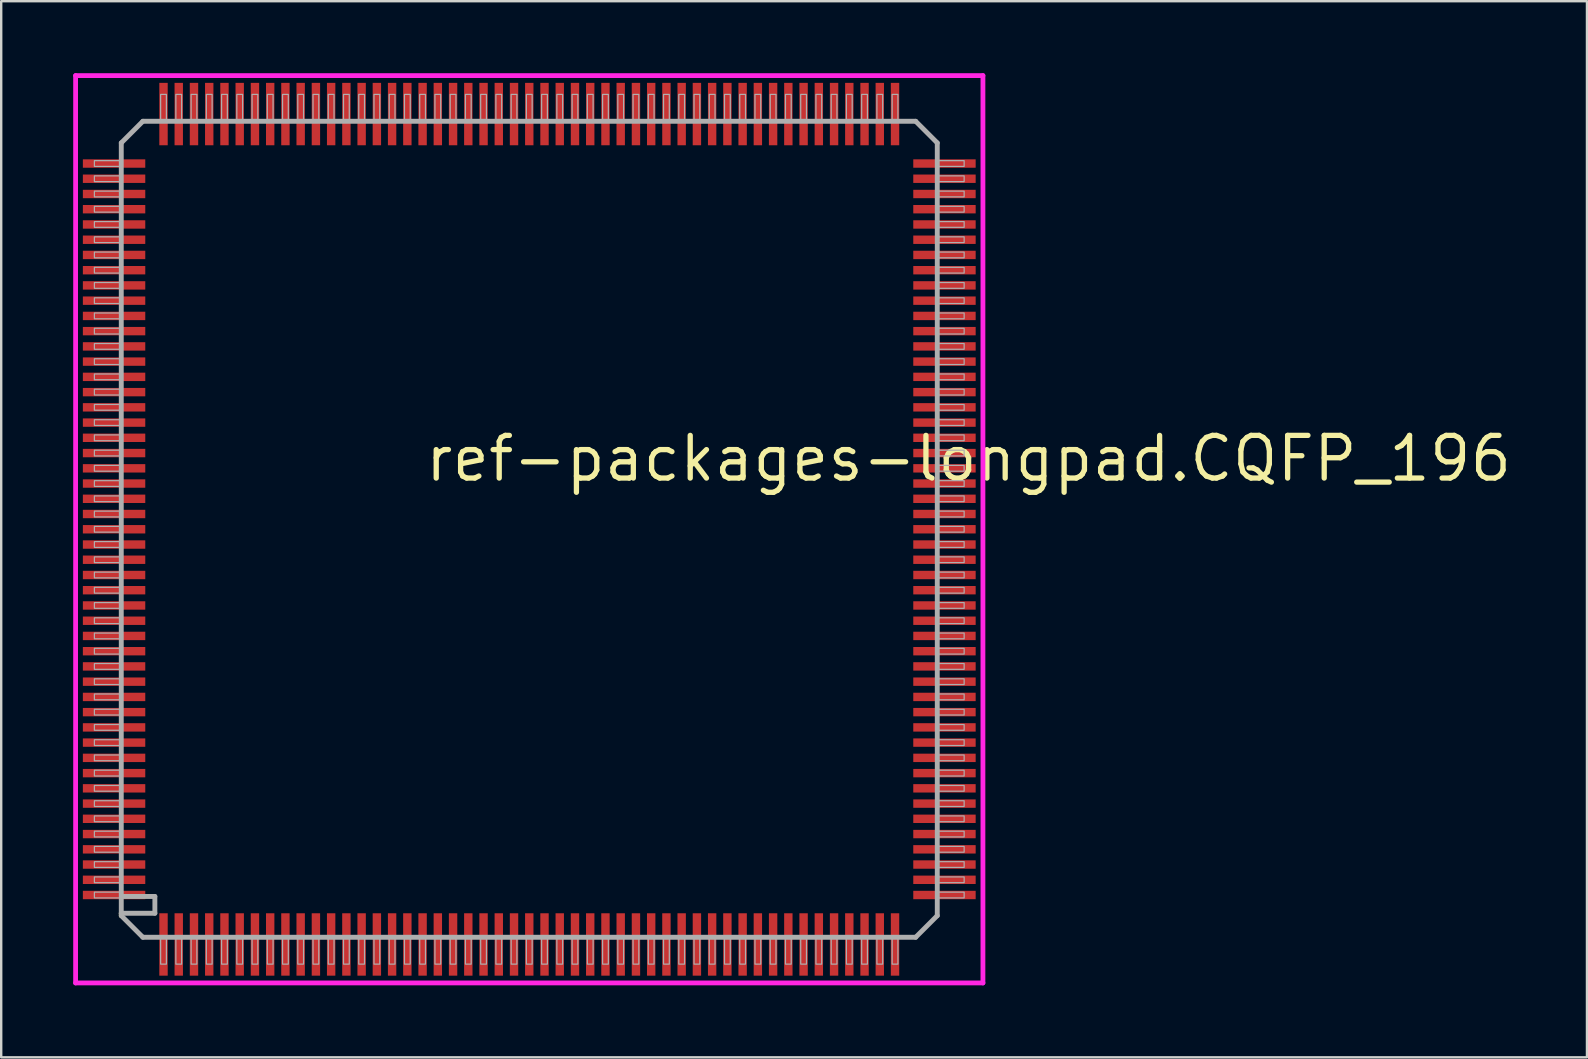
<source format=kicad_pcb>
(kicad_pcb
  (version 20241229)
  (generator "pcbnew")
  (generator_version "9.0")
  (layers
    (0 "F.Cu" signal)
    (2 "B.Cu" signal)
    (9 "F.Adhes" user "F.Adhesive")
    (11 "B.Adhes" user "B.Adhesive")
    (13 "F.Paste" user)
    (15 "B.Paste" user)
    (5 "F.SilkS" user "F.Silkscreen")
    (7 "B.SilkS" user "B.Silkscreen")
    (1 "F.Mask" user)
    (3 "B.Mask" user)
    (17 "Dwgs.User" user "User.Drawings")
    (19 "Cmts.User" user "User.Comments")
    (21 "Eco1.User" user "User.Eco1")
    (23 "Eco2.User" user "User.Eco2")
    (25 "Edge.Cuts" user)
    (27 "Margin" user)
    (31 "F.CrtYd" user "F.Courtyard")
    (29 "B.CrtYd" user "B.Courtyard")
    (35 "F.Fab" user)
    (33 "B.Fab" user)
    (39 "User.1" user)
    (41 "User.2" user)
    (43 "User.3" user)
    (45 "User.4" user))
  (footprint "ref-packages-longpad.CQFP_196"
    (layer "F.Cu")
    (at 19.003 19.003)
    (property "Reference" "ref-packages-longpad.CQFP_196" (at -4.445 -1.905 0) (layer "F.SilkS") (effects (font (size 1.778 1.778) (thickness 0.22)) (justify left bottom)))
    (attr smd)
    (fp_line (start -17 16) (end -17 16.1) (stroke (width 0.203) (type default)) (layer "F.SilkS"))
    (fp_line (start -18.903 -18.903) (end 18.903 -18.903) (stroke (width 0.2) (type default)) (layer "F.CrtYd"))
    (fp_line (start -18.903 18.903) (end -18.903 -18.903) (stroke (width 0.2) (type default)) (layer "F.CrtYd"))
    (fp_line (start 18.903 -18.903) (end 18.903 18.903) (stroke (width 0.2) (type default)) (layer "F.CrtYd"))
    (fp_line (start 18.903 18.903) (end -18.903 18.903) (stroke (width 0.2) (type default)) (layer "F.CrtYd"))
    (fp_line (start -17 -16.1) (end -17 16) (stroke (width 0.203) (type default)) (layer "F.Fab"))
    (fp_line (start -17 -16.1) (end -16.1 -17) (stroke (width 0.203) (type default)) (layer "F.Fab"))
    (fp_line (start -17 16) (end -15.6 16) (stroke (width 0.203) (type default)) (layer "F.Fab"))
    (fp_line (start -17 16.1) (end -16.1 17) (stroke (width 0.203) (type default)) (layer "F.Fab"))
    (fp_line (start -16.1 17) (end 16.1 17) (stroke (width 0.203) (type default)) (layer "F.Fab"))
    (fp_line (start -15.6 15.3) (end -16.9 15.3) (stroke (width 0.203) (type default)) (layer "F.Fab"))
    (fp_line (start -15.6 16) (end -15.6 15.3) (stroke (width 0.203) (type default)) (layer "F.Fab"))
    (fp_line (start 16.1 -17) (end -16.1 -17) (stroke (width 0.203) (type default)) (layer "F.Fab"))
    (fp_line (start 16.1 -17) (end 17 -16.1) (stroke (width 0.203) (type default)) (layer "F.Fab"))
    (fp_line (start 16.1 17) (end 17 16.1) (stroke (width 0.203) (type default)) (layer "F.Fab"))
    (fp_line (start 17 16.1) (end 17 -16.1) (stroke (width 0.203) (type default)) (layer "F.Fab"))
    (fp_rect (start -18.12 -15.12) (end -17 -15.36) (stroke (width 0.05) (type default)) (fill no) (layer "F.Fab"))
    (fp_rect (start -18.12 -14.485) (end -17 -14.725) (stroke (width 0.05) (type default)) (fill no) (layer "F.Fab"))
    (fp_rect (start -18.12 -13.85) (end -17 -14.09) (stroke (width 0.05) (type default)) (fill no) (layer "F.Fab"))
    (fp_rect (start -18.12 -13.215) (end -17 -13.455) (stroke (width 0.05) (type default)) (fill no) (layer "F.Fab"))
    (fp_rect (start -18.12 -12.58) (end -17 -12.82) (stroke (width 0.05) (type default)) (fill no) (layer "F.Fab"))
    (fp_rect (start -18.12 -11.945) (end -17 -12.185) (stroke (width 0.05) (type default)) (fill no) (layer "F.Fab"))
    (fp_rect (start -18.12 -11.31) (end -17 -11.55) (stroke (width 0.05) (type default)) (fill no) (layer "F.Fab"))
    (fp_rect (start -18.12 -10.675) (end -17 -10.915) (stroke (width 0.05) (type default)) (fill no) (layer "F.Fab"))
    (fp_rect (start -18.12 -10.04) (end -17 -10.28) (stroke (width 0.05) (type default)) (fill no) (layer "F.Fab"))
    (fp_rect (start -18.12 -9.405) (end -17 -9.645) (stroke (width 0.05) (type default)) (fill no) (layer "F.Fab"))
    (fp_rect (start -18.12 -8.77) (end -17 -9.01) (stroke (width 0.05) (type default)) (fill no) (layer "F.Fab"))
    (fp_rect (start -18.12 -8.135) (end -17 -8.375) (stroke (width 0.05) (type default)) (fill no) (layer "F.Fab"))
    (fp_rect (start -18.12 -7.5) (end -17 -7.74) (stroke (width 0.05) (type default)) (fill no) (layer "F.Fab"))
    (fp_rect (start -18.12 -6.865) (end -17 -7.105) (stroke (width 0.05) (type default)) (fill no) (layer "F.Fab"))
    (fp_rect (start -18.12 -6.23) (end -17 -6.47) (stroke (width 0.05) (type default)) (fill no) (layer "F.Fab"))
    (fp_rect (start -18.12 -5.595) (end -17 -5.835) (stroke (width 0.05) (type default)) (fill no) (layer "F.Fab"))
    (fp_rect (start -18.12 -4.96) (end -17 -5.2) (stroke (width 0.05) (type default)) (fill no) (layer "F.Fab"))
    (fp_rect (start -18.12 -4.325) (end -17 -4.565) (stroke (width 0.05) (type default)) (fill no) (layer "F.Fab"))
    (fp_rect (start -18.12 -3.69) (end -17 -3.93) (stroke (width 0.05) (type default)) (fill no) (layer "F.Fab"))
    (fp_rect (start -18.12 -3.055) (end -17 -3.295) (stroke (width 0.05) (type default)) (fill no) (layer "F.Fab"))
    (fp_rect (start -18.12 -2.42) (end -17 -2.66) (stroke (width 0.05) (type default)) (fill no) (layer "F.Fab"))
    (fp_rect (start -18.12 -1.785) (end -17 -2.025) (stroke (width 0.05) (type default)) (fill no) (layer "F.Fab"))
    (fp_rect (start -18.12 -1.15) (end -17 -1.39) (stroke (width 0.05) (type default)) (fill no) (layer "F.Fab"))
    (fp_rect (start -18.12 -0.515) (end -17 -0.755) (stroke (width 0.05) (type default)) (fill no) (layer "F.Fab"))
    (fp_rect (start -18.12 0.12) (end -17 -0.12) (stroke (width 0.05) (type default)) (fill no) (layer "F.Fab"))
    (fp_rect (start -18.12 0.755) (end -17 0.515) (stroke (width 0.05) (type default)) (fill no) (layer "F.Fab"))
    (fp_rect (start -18.12 1.39) (end -17 1.15) (stroke (width 0.05) (type default)) (fill no) (layer "F.Fab"))
    (fp_rect (start -18.12 2.025) (end -17 1.785) (stroke (width 0.05) (type default)) (fill no) (layer "F.Fab"))
    (fp_rect (start -18.12 2.66) (end -17 2.42) (stroke (width 0.05) (type default)) (fill no) (layer "F.Fab"))
    (fp_rect (start -18.12 3.295) (end -17 3.055) (stroke (width 0.05) (type default)) (fill no) (layer "F.Fab"))
    (fp_rect (start -18.12 3.93) (end -17 3.69) (stroke (width 0.05) (type default)) (fill no) (layer "F.Fab"))
    (fp_rect (start -18.12 4.565) (end -17 4.325) (stroke (width 0.05) (type default)) (fill no) (layer "F.Fab"))
    (fp_rect (start -18.12 5.2) (end -17 4.96) (stroke (width 0.05) (type default)) (fill no) (layer "F.Fab"))
    (fp_rect (start -18.12 5.835) (end -17 5.595) (stroke (width 0.05) (type default)) (fill no) (layer "F.Fab"))
    (fp_rect (start -18.12 6.47) (end -17 6.23) (stroke (width 0.05) (type default)) (fill no) (layer "F.Fab"))
    (fp_rect (start -18.12 7.105) (end -17 6.865) (stroke (width 0.05) (type default)) (fill no) (layer "F.Fab"))
    (fp_rect (start -18.12 7.74) (end -17 7.5) (stroke (width 0.05) (type default)) (fill no) (layer "F.Fab"))
    (fp_rect (start -18.12 8.375) (end -17 8.135) (stroke (width 0.05) (type default)) (fill no) (layer "F.Fab"))
    (fp_rect (start -18.12 9.01) (end -17 8.77) (stroke (width 0.05) (type default)) (fill no) (layer "F.Fab"))
    (fp_rect (start -18.12 9.645) (end -17 9.405) (stroke (width 0.05) (type default)) (fill no) (layer "F.Fab"))
    (fp_rect (start -18.12 10.28) (end -17 10.04) (stroke (width 0.05) (type default)) (fill no) (layer "F.Fab"))
    (fp_rect (start -18.12 10.915) (end -17 10.675) (stroke (width 0.05) (type default)) (fill no) (layer "F.Fab"))
    (fp_rect (start -18.12 11.55) (end -17 11.31) (stroke (width 0.05) (type default)) (fill no) (layer "F.Fab"))
    (fp_rect (start -18.12 12.185) (end -17 11.945) (stroke (width 0.05) (type default)) (fill no) (layer "F.Fab"))
    (fp_rect (start -18.12 12.82) (end -17 12.58) (stroke (width 0.05) (type default)) (fill no) (layer "F.Fab"))
    (fp_rect (start -18.12 13.455) (end -17 13.215) (stroke (width 0.05) (type default)) (fill no) (layer "F.Fab"))
    (fp_rect (start -18.12 14.09) (end -17 13.85) (stroke (width 0.05) (type default)) (fill no) (layer "F.Fab"))
    (fp_rect (start -18.12 14.725) (end -17 14.485) (stroke (width 0.05) (type default)) (fill no) (layer "F.Fab"))
    (fp_rect (start -18.12 15.36) (end -17 15.12) (stroke (width 0.05) (type default)) (fill no) (layer "F.Fab"))
    (fp_rect (start -15.36 -17) (end -15.12 -18.12) (stroke (width 0.05) (type default)) (fill no) (layer "F.Fab"))
    (fp_rect (start -15.36 18.12) (end -15.12 17) (stroke (width 0.05) (type default)) (fill no) (layer "F.Fab"))
    (fp_rect (start -14.725 -17) (end -14.485 -18.12) (stroke (width 0.05) (type default)) (fill no) (layer "F.Fab"))
    (fp_rect (start -14.725 18.12) (end -14.485 17) (stroke (width 0.05) (type default)) (fill no) (layer "F.Fab"))
    (fp_rect (start -14.09 -17) (end -13.85 -18.12) (stroke (width 0.05) (type default)) (fill no) (layer "F.Fab"))
    (fp_rect (start -14.09 18.12) (end -13.85 17) (stroke (width 0.05) (type default)) (fill no) (layer "F.Fab"))
    (fp_rect (start -13.455 -17) (end -13.215 -18.12) (stroke (width 0.05) (type default)) (fill no) (layer "F.Fab"))
    (fp_rect (start -13.455 18.12) (end -13.215 17) (stroke (width 0.05) (type default)) (fill no) (layer "F.Fab"))
    (fp_rect (start -12.82 -17) (end -12.58 -18.12) (stroke (width 0.05) (type default)) (fill no) (layer "F.Fab"))
    (fp_rect (start -12.82 18.12) (end -12.58 17) (stroke (width 0.05) (type default)) (fill no) (layer "F.Fab"))
    (fp_rect (start -12.185 -17) (end -11.945 -18.12) (stroke (width 0.05) (type default)) (fill no) (layer "F.Fab"))
    (fp_rect (start -12.185 18.12) (end -11.945 17) (stroke (width 0.05) (type default)) (fill no) (layer "F.Fab"))
    (fp_rect (start -11.55 -17) (end -11.31 -18.12) (stroke (width 0.05) (type default)) (fill no) (layer "F.Fab"))
    (fp_rect (start -11.55 18.12) (end -11.31 17) (stroke (width 0.05) (type default)) (fill no) (layer "F.Fab"))
    (fp_rect (start -10.915 -17) (end -10.675 -18.12) (stroke (width 0.05) (type default)) (fill no) (layer "F.Fab"))
    (fp_rect (start -10.915 18.12) (end -10.675 17) (stroke (width 0.05) (type default)) (fill no) (layer "F.Fab"))
    (fp_rect (start -10.28 -17) (end -10.04 -18.12) (stroke (width 0.05) (type default)) (fill no) (layer "F.Fab"))
    (fp_rect (start -10.28 18.12) (end -10.04 17) (stroke (width 0.05) (type default)) (fill no) (layer "F.Fab"))
    (fp_rect (start -9.645 -17) (end -9.405 -18.12) (stroke (width 0.05) (type default)) (fill no) (layer "F.Fab"))
    (fp_rect (start -9.645 18.12) (end -9.405 17) (stroke (width 0.05) (type default)) (fill no) (layer "F.Fab"))
    (fp_rect (start -9.01 -17) (end -8.77 -18.12) (stroke (width 0.05) (type default)) (fill no) (layer "F.Fab"))
    (fp_rect (start -9.01 18.12) (end -8.77 17) (stroke (width 0.05) (type default)) (fill no) (layer "F.Fab"))
    (fp_rect (start -8.375 -17) (end -8.135 -18.12) (stroke (width 0.05) (type default)) (fill no) (layer "F.Fab"))
    (fp_rect (start -8.375 18.12) (end -8.135 17) (stroke (width 0.05) (type default)) (fill no) (layer "F.Fab"))
    (fp_rect (start -7.74 -17) (end -7.5 -18.12) (stroke (width 0.05) (type default)) (fill no) (layer "F.Fab"))
    (fp_rect (start -7.74 18.12) (end -7.5 17) (stroke (width 0.05) (type default)) (fill no) (layer "F.Fab"))
    (fp_rect (start -7.105 -17) (end -6.865 -18.12) (stroke (width 0.05) (type default)) (fill no) (layer "F.Fab"))
    (fp_rect (start -7.105 18.12) (end -6.865 17) (stroke (width 0.05) (type default)) (fill no) (layer "F.Fab"))
    (fp_rect (start -6.47 -17) (end -6.23 -18.12) (stroke (width 0.05) (type default)) (fill no) (layer "F.Fab"))
    (fp_rect (start -6.47 18.12) (end -6.23 17) (stroke (width 0.05) (type default)) (fill no) (layer "F.Fab"))
    (fp_rect (start -5.835 -17) (end -5.595 -18.12) (stroke (width 0.05) (type default)) (fill no) (layer "F.Fab"))
    (fp_rect (start -5.835 18.12) (end -5.595 17) (stroke (width 0.05) (type default)) (fill no) (layer "F.Fab"))
    (fp_rect (start -5.2 -17) (end -4.96 -18.12) (stroke (width 0.05) (type default)) (fill no) (layer "F.Fab"))
    (fp_rect (start -5.2 18.12) (end -4.96 17) (stroke (width 0.05) (type default)) (fill no) (layer "F.Fab"))
    (fp_rect (start -4.565 -17) (end -4.325 -18.12) (stroke (width 0.05) (type default)) (fill no) (layer "F.Fab"))
    (fp_rect (start -4.565 18.12) (end -4.325 17) (stroke (width 0.05) (type default)) (fill no) (layer "F.Fab"))
    (fp_rect (start -3.93 -17) (end -3.69 -18.12) (stroke (width 0.05) (type default)) (fill no) (layer "F.Fab"))
    (fp_rect (start -3.93 18.12) (end -3.69 17) (stroke (width 0.05) (type default)) (fill no) (layer "F.Fab"))
    (fp_rect (start -3.295 -17) (end -3.055 -18.12) (stroke (width 0.05) (type default)) (fill no) (layer "F.Fab"))
    (fp_rect (start -3.295 18.12) (end -3.055 17) (stroke (width 0.05) (type default)) (fill no) (layer "F.Fab"))
    (fp_rect (start -2.66 -17) (end -2.42 -18.12) (stroke (width 0.05) (type default)) (fill no) (layer "F.Fab"))
    (fp_rect (start -2.66 18.12) (end -2.42 17) (stroke (width 0.05) (type default)) (fill no) (layer "F.Fab"))
    (fp_rect (start -2.025 -17) (end -1.785 -18.12) (stroke (width 0.05) (type default)) (fill no) (layer "F.Fab"))
    (fp_rect (start -2.025 18.12) (end -1.785 17) (stroke (width 0.05) (type default)) (fill no) (layer "F.Fab"))
    (fp_rect (start -1.39 -17) (end -1.15 -18.12) (stroke (width 0.05) (type default)) (fill no) (layer "F.Fab"))
    (fp_rect (start -1.39 18.12) (end -1.15 17) (stroke (width 0.05) (type default)) (fill no) (layer "F.Fab"))
    (fp_rect (start -0.755 -17) (end -0.515 -18.12) (stroke (width 0.05) (type default)) (fill no) (layer "F.Fab"))
    (fp_rect (start -0.755 18.12) (end -0.515 17) (stroke (width 0.05) (type default)) (fill no) (layer "F.Fab"))
    (fp_rect (start -0.12 -17) (end 0.12 -18.12) (stroke (width 0.05) (type default)) (fill no) (layer "F.Fab"))
    (fp_rect (start -0.12 18.12) (end 0.12 17) (stroke (width 0.05) (type default)) (fill no) (layer "F.Fab"))
    (fp_rect (start 0.515 -17) (end 0.755 -18.12) (stroke (width 0.05) (type default)) (fill no) (layer "F.Fab"))
    (fp_rect (start 0.515 18.12) (end 0.755 17) (stroke (width 0.05) (type default)) (fill no) (layer "F.Fab"))
    (fp_rect (start 1.15 -17) (end 1.39 -18.12) (stroke (width 0.05) (type default)) (fill no) (layer "F.Fab"))
    (fp_rect (start 1.15 18.12) (end 1.39 17) (stroke (width 0.05) (type default)) (fill no) (layer "F.Fab"))
    (fp_rect (start 1.785 -17) (end 2.025 -18.12) (stroke (width 0.05) (type default)) (fill no) (layer "F.Fab"))
    (fp_rect (start 1.785 18.12) (end 2.025 17) (stroke (width 0.05) (type default)) (fill no) (layer "F.Fab"))
    (fp_rect (start 2.42 -17) (end 2.66 -18.12) (stroke (width 0.05) (type default)) (fill no) (layer "F.Fab"))
    (fp_rect (start 2.42 18.12) (end 2.66 17) (stroke (width 0.05) (type default)) (fill no) (layer "F.Fab"))
    (fp_rect (start 3.055 -17) (end 3.295 -18.12) (stroke (width 0.05) (type default)) (fill no) (layer "F.Fab"))
    (fp_rect (start 3.055 18.12) (end 3.295 17) (stroke (width 0.05) (type default)) (fill no) (layer "F.Fab"))
    (fp_rect (start 3.69 -17) (end 3.93 -18.12) (stroke (width 0.05) (type default)) (fill no) (layer "F.Fab"))
    (fp_rect (start 3.69 18.12) (end 3.93 17) (stroke (width 0.05) (type default)) (fill no) (layer "F.Fab"))
    (fp_rect (start 4.325 -17) (end 4.565 -18.12) (stroke (width 0.05) (type default)) (fill no) (layer "F.Fab"))
    (fp_rect (start 4.325 18.12) (end 4.565 17) (stroke (width 0.05) (type default)) (fill no) (layer "F.Fab"))
    (fp_rect (start 4.96 -17) (end 5.2 -18.12) (stroke (width 0.05) (type default)) (fill no) (layer "F.Fab"))
    (fp_rect (start 4.96 18.12) (end 5.2 17) (stroke (width 0.05) (type default)) (fill no) (layer "F.Fab"))
    (fp_rect (start 5.595 -17) (end 5.835 -18.12) (stroke (width 0.05) (type default)) (fill no) (layer "F.Fab"))
    (fp_rect (start 5.595 18.12) (end 5.835 17) (stroke (width 0.05) (type default)) (fill no) (layer "F.Fab"))
    (fp_rect (start 6.23 -17) (end 6.47 -18.12) (stroke (width 0.05) (type default)) (fill no) (layer "F.Fab"))
    (fp_rect (start 6.23 18.12) (end 6.47 17) (stroke (width 0.05) (type default)) (fill no) (layer "F.Fab"))
    (fp_rect (start 6.865 -17) (end 7.105 -18.12) (stroke (width 0.05) (type default)) (fill no) (layer "F.Fab"))
    (fp_rect (start 6.865 18.12) (end 7.105 17) (stroke (width 0.05) (type default)) (fill no) (layer "F.Fab"))
    (fp_rect (start 7.5 -17) (end 7.74 -18.12) (stroke (width 0.05) (type default)) (fill no) (layer "F.Fab"))
    (fp_rect (start 7.5 18.12) (end 7.74 17) (stroke (width 0.05) (type default)) (fill no) (layer "F.Fab"))
    (fp_rect (start 8.135 -17) (end 8.375 -18.12) (stroke (width 0.05) (type default)) (fill no) (layer "F.Fab"))
    (fp_rect (start 8.135 18.12) (end 8.375 17) (stroke (width 0.05) (type default)) (fill no) (layer "F.Fab"))
    (fp_rect (start 8.77 -17) (end 9.01 -18.12) (stroke (width 0.05) (type default)) (fill no) (layer "F.Fab"))
    (fp_rect (start 8.77 18.12) (end 9.01 17) (stroke (width 0.05) (type default)) (fill no) (layer "F.Fab"))
    (fp_rect (start 9.405 -17) (end 9.645 -18.12) (stroke (width 0.05) (type default)) (fill no) (layer "F.Fab"))
    (fp_rect (start 9.405 18.12) (end 9.645 17) (stroke (width 0.05) (type default)) (fill no) (layer "F.Fab"))
    (fp_rect (start 10.04 -17) (end 10.28 -18.12) (stroke (width 0.05) (type default)) (fill no) (layer "F.Fab"))
    (fp_rect (start 10.04 18.12) (end 10.28 17) (stroke (width 0.05) (type default)) (fill no) (layer "F.Fab"))
    (fp_rect (start 10.675 -17) (end 10.915 -18.12) (stroke (width 0.05) (type default)) (fill no) (layer "F.Fab"))
    (fp_rect (start 10.675 18.12) (end 10.915 17) (stroke (width 0.05) (type default)) (fill no) (layer "F.Fab"))
    (fp_rect (start 11.31 -17) (end 11.55 -18.12) (stroke (width 0.05) (type default)) (fill no) (layer "F.Fab"))
    (fp_rect (start 11.31 18.12) (end 11.55 17) (stroke (width 0.05) (type default)) (fill no) (layer "F.Fab"))
    (fp_rect (start 11.945 -17) (end 12.185 -18.12) (stroke (width 0.05) (type default)) (fill no) (layer "F.Fab"))
    (fp_rect (start 11.945 18.12) (end 12.185 17) (stroke (width 0.05) (type default)) (fill no) (layer "F.Fab"))
    (fp_rect (start 12.58 -17) (end 12.82 -18.12) (stroke (width 0.05) (type default)) (fill no) (layer "F.Fab"))
    (fp_rect (start 12.58 18.12) (end 12.82 17) (stroke (width 0.05) (type default)) (fill no) (layer "F.Fab"))
    (fp_rect (start 13.215 -17) (end 13.455 -18.12) (stroke (width 0.05) (type default)) (fill no) (layer "F.Fab"))
    (fp_rect (start 13.215 18.12) (end 13.455 17) (stroke (width 0.05) (type default)) (fill no) (layer "F.Fab"))
    (fp_rect (start 13.85 -17) (end 14.09 -18.12) (stroke (width 0.05) (type default)) (fill no) (layer "F.Fab"))
    (fp_rect (start 13.85 18.12) (end 14.09 17) (stroke (width 0.05) (type default)) (fill no) (layer "F.Fab"))
    (fp_rect (start 14.485 -17) (end 14.725 -18.12) (stroke (width 0.05) (type default)) (fill no) (layer "F.Fab"))
    (fp_rect (start 14.485 18.12) (end 14.725 17) (stroke (width 0.05) (type default)) (fill no) (layer "F.Fab"))
    (fp_rect (start 15.12 -17) (end 15.36 -18.12) (stroke (width 0.05) (type default)) (fill no) (layer "F.Fab"))
    (fp_rect (start 15.12 18.12) (end 15.36 17) (stroke (width 0.05) (type default)) (fill no) (layer "F.Fab"))
    (fp_rect (start 17 -15.12) (end 18.12 -15.36) (stroke (width 0.05) (type default)) (fill no) (layer "F.Fab"))
    (fp_rect (start 17 -14.485) (end 18.12 -14.725) (stroke (width 0.05) (type default)) (fill no) (layer "F.Fab"))
    (fp_rect (start 17 -13.85) (end 18.12 -14.09) (stroke (width 0.05) (type default)) (fill no) (layer "F.Fab"))
    (fp_rect (start 17 -13.215) (end 18.12 -13.455) (stroke (width 0.05) (type default)) (fill no) (layer "F.Fab"))
    (fp_rect (start 17 -12.58) (end 18.12 -12.82) (stroke (width 0.05) (type default)) (fill no) (layer "F.Fab"))
    (fp_rect (start 17 -11.945) (end 18.12 -12.185) (stroke (width 0.05) (type default)) (fill no) (layer "F.Fab"))
    (fp_rect (start 17 -11.31) (end 18.12 -11.55) (stroke (width 0.05) (type default)) (fill no) (layer "F.Fab"))
    (fp_rect (start 17 -10.675) (end 18.12 -10.915) (stroke (width 0.05) (type default)) (fill no) (layer "F.Fab"))
    (fp_rect (start 17 -10.04) (end 18.12 -10.28) (stroke (width 0.05) (type default)) (fill no) (layer "F.Fab"))
    (fp_rect (start 17 -9.405) (end 18.12 -9.645) (stroke (width 0.05) (type default)) (fill no) (layer "F.Fab"))
    (fp_rect (start 17 -8.77) (end 18.12 -9.01) (stroke (width 0.05) (type default)) (fill no) (layer "F.Fab"))
    (fp_rect (start 17 -8.135) (end 18.12 -8.375) (stroke (width 0.05) (type default)) (fill no) (layer "F.Fab"))
    (fp_rect (start 17 -7.5) (end 18.12 -7.74) (stroke (width 0.05) (type default)) (fill no) (layer "F.Fab"))
    (fp_rect (start 17 -6.865) (end 18.12 -7.105) (stroke (width 0.05) (type default)) (fill no) (layer "F.Fab"))
    (fp_rect (start 17 -6.23) (end 18.12 -6.47) (stroke (width 0.05) (type default)) (fill no) (layer "F.Fab"))
    (fp_rect (start 17 -5.595) (end 18.12 -5.835) (stroke (width 0.05) (type default)) (fill no) (layer "F.Fab"))
    (fp_rect (start 17 -4.96) (end 18.12 -5.2) (stroke (width 0.05) (type default)) (fill no) (layer "F.Fab"))
    (fp_rect (start 17 -4.325) (end 18.12 -4.565) (stroke (width 0.05) (type default)) (fill no) (layer "F.Fab"))
    (fp_rect (start 17 -3.69) (end 18.12 -3.93) (stroke (width 0.05) (type default)) (fill no) (layer "F.Fab"))
    (fp_rect (start 17 -3.055) (end 18.12 -3.295) (stroke (width 0.05) (type default)) (fill no) (layer "F.Fab"))
    (fp_rect (start 17 -2.42) (end 18.12 -2.66) (stroke (width 0.05) (type default)) (fill no) (layer "F.Fab"))
    (fp_rect (start 17 -1.785) (end 18.12 -2.025) (stroke (width 0.05) (type default)) (fill no) (layer "F.Fab"))
    (fp_rect (start 17 -1.15) (end 18.12 -1.39) (stroke (width 0.05) (type default)) (fill no) (layer "F.Fab"))
    (fp_rect (start 17 -0.515) (end 18.12 -0.755) (stroke (width 0.05) (type default)) (fill no) (layer "F.Fab"))
    (fp_rect (start 17 0.12) (end 18.12 -0.12) (stroke (width 0.05) (type default)) (fill no) (layer "F.Fab"))
    (fp_rect (start 17 0.755) (end 18.12 0.515) (stroke (width 0.05) (type default)) (fill no) (layer "F.Fab"))
    (fp_rect (start 17 1.39) (end 18.12 1.15) (stroke (width 0.05) (type default)) (fill no) (layer "F.Fab"))
    (fp_rect (start 17 2.025) (end 18.12 1.785) (stroke (width 0.05) (type default)) (fill no) (layer "F.Fab"))
    (fp_rect (start 17 2.66) (end 18.12 2.42) (stroke (width 0.05) (type default)) (fill no) (layer "F.Fab"))
    (fp_rect (start 17 3.295) (end 18.12 3.055) (stroke (width 0.05) (type default)) (fill no) (layer "F.Fab"))
    (fp_rect (start 17 3.93) (end 18.12 3.69) (stroke (width 0.05) (type default)) (fill no) (layer "F.Fab"))
    (fp_rect (start 17 4.565) (end 18.12 4.325) (stroke (width 0.05) (type default)) (fill no) (layer "F.Fab"))
    (fp_rect (start 17 5.2) (end 18.12 4.96) (stroke (width 0.05) (type default)) (fill no) (layer "F.Fab"))
    (fp_rect (start 17 5.835) (end 18.12 5.595) (stroke (width 0.05) (type default)) (fill no) (layer "F.Fab"))
    (fp_rect (start 17 6.47) (end 18.12 6.23) (stroke (width 0.05) (type default)) (fill no) (layer "F.Fab"))
    (fp_rect (start 17 7.105) (end 18.12 6.865) (stroke (width 0.05) (type default)) (fill no) (layer "F.Fab"))
    (fp_rect (start 17 7.74) (end 18.12 7.5) (stroke (width 0.05) (type default)) (fill no) (layer "F.Fab"))
    (fp_rect (start 17 8.375) (end 18.12 8.135) (stroke (width 0.05) (type default)) (fill no) (layer "F.Fab"))
    (fp_rect (start 17 9.01) (end 18.12 8.77) (stroke (width 0.05) (type default)) (fill no) (layer "F.Fab"))
    (fp_rect (start 17 9.645) (end 18.12 9.405) (stroke (width 0.05) (type default)) (fill no) (layer "F.Fab"))
    (fp_rect (start 17 10.28) (end 18.12 10.04) (stroke (width 0.05) (type default)) (fill no) (layer "F.Fab"))
    (fp_rect (start 17 10.915) (end 18.12 10.675) (stroke (width 0.05) (type default)) (fill no) (layer "F.Fab"))
    (fp_rect (start 17 11.55) (end 18.12 11.31) (stroke (width 0.05) (type default)) (fill no) (layer "F.Fab"))
    (fp_rect (start 17 12.185) (end 18.12 11.945) (stroke (width 0.05) (type default)) (fill no) (layer "F.Fab"))
    (fp_rect (start 17 12.82) (end 18.12 12.58) (stroke (width 0.05) (type default)) (fill no) (layer "F.Fab"))
    (fp_rect (start 17 13.455) (end 18.12 13.215) (stroke (width 0.05) (type default)) (fill no) (layer "F.Fab"))
    (fp_rect (start 17 14.09) (end 18.12 13.85) (stroke (width 0.05) (type default)) (fill no) (layer "F.Fab"))
    (fp_rect (start 17 14.725) (end 18.12 14.485) (stroke (width 0.05) (type default)) (fill no) (layer "F.Fab"))
    (fp_rect (start 17 15.36) (end 18.12 15.12) (stroke (width 0.05) (type default)) (fill no) (layer "F.Fab"))
    (pad "1" smd roundrect (at -15.24 17.3) (size 0.35 2.6) (layers "F.Cu" "F.Mask" "F.Paste") (roundrect_rratio 0.01))
    (pad "2" smd roundrect (at -14.605 17.3) (size 0.35 2.6) (layers "F.Cu" "F.Mask" "F.Paste") (roundrect_rratio 0.01))
    (pad "3" smd roundrect (at -13.97 17.3) (size 0.35 2.6) (layers "F.Cu" "F.Mask" "F.Paste") (roundrect_rratio 0.01))
    (pad "4" smd roundrect (at -13.335 17.3) (size 0.35 2.6) (layers "F.Cu" "F.Mask" "F.Paste") (roundrect_rratio 0.01))
    (pad "5" smd roundrect (at -12.7 17.3) (size 0.35 2.6) (layers "F.Cu" "F.Mask" "F.Paste") (roundrect_rratio 0.01))
    (pad "6" smd roundrect (at -12.065 17.3) (size 0.35 2.6) (layers "F.Cu" "F.Mask" "F.Paste") (roundrect_rratio 0.01))
    (pad "7" smd roundrect (at -11.43 17.3) (size 0.35 2.6) (layers "F.Cu" "F.Mask" "F.Paste") (roundrect_rratio 0.01))
    (pad "8" smd roundrect (at -10.795 17.3) (size 0.35 2.6) (layers "F.Cu" "F.Mask" "F.Paste") (roundrect_rratio 0.01))
    (pad "9" smd roundrect (at -10.16 17.3) (size 0.35 2.6) (layers "F.Cu" "F.Mask" "F.Paste") (roundrect_rratio 0.01))
    (pad "10" smd roundrect (at -9.525 17.3) (size 0.35 2.6) (layers "F.Cu" "F.Mask" "F.Paste") (roundrect_rratio 0.01))
    (pad "11" smd roundrect (at -8.89 17.3) (size 0.35 2.6) (layers "F.Cu" "F.Mask" "F.Paste") (roundrect_rratio 0.01))
    (pad "12" smd roundrect (at -8.255 17.3) (size 0.35 2.6) (layers "F.Cu" "F.Mask" "F.Paste") (roundrect_rratio 0.01))
    (pad "13" smd roundrect (at -7.62 17.3) (size 0.35 2.6) (layers "F.Cu" "F.Mask" "F.Paste") (roundrect_rratio 0.01))
    (pad "14" smd roundrect (at -6.985 17.3) (size 0.35 2.6) (layers "F.Cu" "F.Mask" "F.Paste") (roundrect_rratio 0.01))
    (pad "15" smd roundrect (at -6.35 17.3) (size 0.35 2.6) (layers "F.Cu" "F.Mask" "F.Paste") (roundrect_rratio 0.01))
    (pad "16" smd roundrect (at -5.715 17.3) (size 0.35 2.6) (layers "F.Cu" "F.Mask" "F.Paste") (roundrect_rratio 0.01))
    (pad "17" smd roundrect (at -5.08 17.3) (size 0.35 2.6) (layers "F.Cu" "F.Mask" "F.Paste") (roundrect_rratio 0.01))
    (pad "18" smd roundrect (at -4.445 17.3) (size 0.35 2.6) (layers "F.Cu" "F.Mask" "F.Paste") (roundrect_rratio 0.01))
    (pad "19" smd roundrect (at -3.81 17.3) (size 0.35 2.6) (layers "F.Cu" "F.Mask" "F.Paste") (roundrect_rratio 0.01))
    (pad "20" smd roundrect (at -3.175 17.3) (size 0.35 2.6) (layers "F.Cu" "F.Mask" "F.Paste") (roundrect_rratio 0.01))
    (pad "21" smd roundrect (at -2.54 17.3) (size 0.35 2.6) (layers "F.Cu" "F.Mask" "F.Paste") (roundrect_rratio 0.01))
    (pad "22" smd roundrect (at -1.905 17.3) (size 0.35 2.6) (layers "F.Cu" "F.Mask" "F.Paste") (roundrect_rratio 0.01))
    (pad "23" smd roundrect (at -1.27 17.3) (size 0.35 2.6) (layers "F.Cu" "F.Mask" "F.Paste") (roundrect_rratio 0.01))
    (pad "24" smd roundrect (at -0.635 17.3) (size 0.35 2.6) (layers "F.Cu" "F.Mask" "F.Paste") (roundrect_rratio 0.01))
    (pad "25" smd roundrect (at 0 17.3) (size 0.35 2.6) (layers "F.Cu" "F.Mask" "F.Paste") (roundrect_rratio 0.01))
    (pad "26" smd roundrect (at 0.635 17.3) (size 0.35 2.6) (layers "F.Cu" "F.Mask" "F.Paste") (roundrect_rratio 0.01))
    (pad "27" smd roundrect (at 1.27 17.3) (size 0.35 2.6) (layers "F.Cu" "F.Mask" "F.Paste") (roundrect_rratio 0.01))
    (pad "28" smd roundrect (at 1.905 17.3) (size 0.35 2.6) (layers "F.Cu" "F.Mask" "F.Paste") (roundrect_rratio 0.01))
    (pad "29" smd roundrect (at 2.54 17.3) (size 0.35 2.6) (layers "F.Cu" "F.Mask" "F.Paste") (roundrect_rratio 0.01))
    (pad "30" smd roundrect (at 3.175 17.3) (size 0.35 2.6) (layers "F.Cu" "F.Mask" "F.Paste") (roundrect_rratio 0.01))
    (pad "31" smd roundrect (at 3.81 17.3) (size 0.35 2.6) (layers "F.Cu" "F.Mask" "F.Paste") (roundrect_rratio 0.01))
    (pad "32" smd roundrect (at 4.445 17.3) (size 0.35 2.6) (layers "F.Cu" "F.Mask" "F.Paste") (roundrect_rratio 0.01))
    (pad "33" smd roundrect (at 5.08 17.3) (size 0.35 2.6) (layers "F.Cu" "F.Mask" "F.Paste") (roundrect_rratio 0.01))
    (pad "34" smd roundrect (at 5.715 17.3) (size 0.35 2.6) (layers "F.Cu" "F.Mask" "F.Paste") (roundrect_rratio 0.01))
    (pad "35" smd roundrect (at 6.35 17.3) (size 0.35 2.6) (layers "F.Cu" "F.Mask" "F.Paste") (roundrect_rratio 0.01))
    (pad "36" smd roundrect (at 6.985 17.3) (size 0.35 2.6) (layers "F.Cu" "F.Mask" "F.Paste") (roundrect_rratio 0.01))
    (pad "37" smd roundrect (at 7.62 17.3) (size 0.35 2.6) (layers "F.Cu" "F.Mask" "F.Paste") (roundrect_rratio 0.01))
    (pad "38" smd roundrect (at 8.255 17.3) (size 0.35 2.6) (layers "F.Cu" "F.Mask" "F.Paste") (roundrect_rratio 0.01))
    (pad "39" smd roundrect (at 8.89 17.3) (size 0.35 2.6) (layers "F.Cu" "F.Mask" "F.Paste") (roundrect_rratio 0.01))
    (pad "40" smd roundrect (at 9.525 17.3) (size 0.35 2.6) (layers "F.Cu" "F.Mask" "F.Paste") (roundrect_rratio 0.01))
    (pad "41" smd roundrect (at 10.16 17.3) (size 0.35 2.6) (layers "F.Cu" "F.Mask" "F.Paste") (roundrect_rratio 0.01))
    (pad "42" smd roundrect (at 10.795 17.3) (size 0.35 2.6) (layers "F.Cu" "F.Mask" "F.Paste") (roundrect_rratio 0.01))
    (pad "43" smd roundrect (at 11.43 17.3) (size 0.35 2.6) (layers "F.Cu" "F.Mask" "F.Paste") (roundrect_rratio 0.01))
    (pad "44" smd roundrect (at 12.065 17.3) (size 0.35 2.6) (layers "F.Cu" "F.Mask" "F.Paste") (roundrect_rratio 0.01))
    (pad "45" smd roundrect (at 12.7 17.3) (size 0.35 2.6) (layers "F.Cu" "F.Mask" "F.Paste") (roundrect_rratio 0.01))
    (pad "46" smd roundrect (at 13.335 17.3) (size 0.35 2.6) (layers "F.Cu" "F.Mask" "F.Paste") (roundrect_rratio 0.01))
    (pad "47" smd roundrect (at 13.97 17.3) (size 0.35 2.6) (layers "F.Cu" "F.Mask" "F.Paste") (roundrect_rratio 0.01))
    (pad "48" smd roundrect (at 14.605 17.3) (size 0.35 2.6) (layers "F.Cu" "F.Mask" "F.Paste") (roundrect_rratio 0.01))
    (pad "49" smd roundrect (at 15.24 17.3) (size 0.35 2.6) (layers "F.Cu" "F.Mask" "F.Paste") (roundrect_rratio 0.01))
    (pad "50" smd roundrect (at 17.3 15.24) (size 2.6 0.35) (layers "F.Cu" "F.Mask" "F.Paste") (roundrect_rratio 0.01))
    (pad "51" smd roundrect (at 17.3 14.605) (size 2.6 0.35) (layers "F.Cu" "F.Mask" "F.Paste") (roundrect_rratio 0.01))
    (pad "52" smd roundrect (at 17.3 13.97) (size 2.6 0.35) (layers "F.Cu" "F.Mask" "F.Paste") (roundrect_rratio 0.01))
    (pad "53" smd roundrect (at 17.3 13.335) (size 2.6 0.35) (layers "F.Cu" "F.Mask" "F.Paste") (roundrect_rratio 0.01))
    (pad "54" smd roundrect (at 17.3 12.7) (size 2.6 0.35) (layers "F.Cu" "F.Mask" "F.Paste") (roundrect_rratio 0.01))
    (pad "55" smd roundrect (at 17.3 12.065) (size 2.6 0.35) (layers "F.Cu" "F.Mask" "F.Paste") (roundrect_rratio 0.01))
    (pad "56" smd roundrect (at 17.3 11.43) (size 2.6 0.35) (layers "F.Cu" "F.Mask" "F.Paste") (roundrect_rratio 0.01))
    (pad "57" smd roundrect (at 17.3 10.795) (size 2.6 0.35) (layers "F.Cu" "F.Mask" "F.Paste") (roundrect_rratio 0.01))
    (pad "58" smd roundrect (at 17.3 10.16) (size 2.6 0.35) (layers "F.Cu" "F.Mask" "F.Paste") (roundrect_rratio 0.01))
    (pad "59" smd roundrect (at 17.3 9.525) (size 2.6 0.35) (layers "F.Cu" "F.Mask" "F.Paste") (roundrect_rratio 0.01))
    (pad "60" smd roundrect (at 17.3 8.89) (size 2.6 0.35) (layers "F.Cu" "F.Mask" "F.Paste") (roundrect_rratio 0.01))
    (pad "61" smd roundrect (at 17.3 8.255) (size 2.6 0.35) (layers "F.Cu" "F.Mask" "F.Paste") (roundrect_rratio 0.01))
    (pad "62" smd roundrect (at 17.3 7.62) (size 2.6 0.35) (layers "F.Cu" "F.Mask" "F.Paste") (roundrect_rratio 0.01))
    (pad "63" smd roundrect (at 17.3 6.985) (size 2.6 0.35) (layers "F.Cu" "F.Mask" "F.Paste") (roundrect_rratio 0.01))
    (pad "64" smd roundrect (at 17.3 6.35) (size 2.6 0.35) (layers "F.Cu" "F.Mask" "F.Paste") (roundrect_rratio 0.01))
    (pad "65" smd roundrect (at 17.3 5.715) (size 2.6 0.35) (layers "F.Cu" "F.Mask" "F.Paste") (roundrect_rratio 0.01))
    (pad "66" smd roundrect (at 17.3 5.08) (size 2.6 0.35) (layers "F.Cu" "F.Mask" "F.Paste") (roundrect_rratio 0.01))
    (pad "67" smd roundrect (at 17.3 4.445) (size 2.6 0.35) (layers "F.Cu" "F.Mask" "F.Paste") (roundrect_rratio 0.01))
    (pad "68" smd roundrect (at 17.3 3.81) (size 2.6 0.35) (layers "F.Cu" "F.Mask" "F.Paste") (roundrect_rratio 0.01))
    (pad "69" smd roundrect (at 17.3 3.175) (size 2.6 0.35) (layers "F.Cu" "F.Mask" "F.Paste") (roundrect_rratio 0.01))
    (pad "70" smd roundrect (at 17.3 2.54) (size 2.6 0.35) (layers "F.Cu" "F.Mask" "F.Paste") (roundrect_rratio 0.01))
    (pad "71" smd roundrect (at 17.3 1.905) (size 2.6 0.35) (layers "F.Cu" "F.Mask" "F.Paste") (roundrect_rratio 0.01))
    (pad "72" smd roundrect (at 17.3 1.27) (size 2.6 0.35) (layers "F.Cu" "F.Mask" "F.Paste") (roundrect_rratio 0.01))
    (pad "73" smd roundrect (at 17.3 0.635) (size 2.6 0.35) (layers "F.Cu" "F.Mask" "F.Paste") (roundrect_rratio 0.01))
    (pad "74" smd roundrect (at 17.3 0) (size 2.6 0.35) (layers "F.Cu" "F.Mask" "F.Paste") (roundrect_rratio 0.01))
    (pad "75" smd roundrect (at 17.3 -0.635) (size 2.6 0.35) (layers "F.Cu" "F.Mask" "F.Paste") (roundrect_rratio 0.01))
    (pad "76" smd roundrect (at 17.3 -1.27) (size 2.6 0.35) (layers "F.Cu" "F.Mask" "F.Paste") (roundrect_rratio 0.01))
    (pad "77" smd roundrect (at 17.3 -1.905) (size 2.6 0.35) (layers "F.Cu" "F.Mask" "F.Paste") (roundrect_rratio 0.01))
    (pad "78" smd roundrect (at 17.3 -2.54) (size 2.6 0.35) (layers "F.Cu" "F.Mask" "F.Paste") (roundrect_rratio 0.01))
    (pad "79" smd roundrect (at 17.3 -3.175) (size 2.6 0.35) (layers "F.Cu" "F.Mask" "F.Paste") (roundrect_rratio 0.01))
    (pad "80" smd roundrect (at 17.3 -3.81) (size 2.6 0.35) (layers "F.Cu" "F.Mask" "F.Paste") (roundrect_rratio 0.01))
    (pad "81" smd roundrect (at 17.3 -4.445) (size 2.6 0.35) (layers "F.Cu" "F.Mask" "F.Paste") (roundrect_rratio 0.01))
    (pad "82" smd roundrect (at 17.3 -5.08) (size 2.6 0.35) (layers "F.Cu" "F.Mask" "F.Paste") (roundrect_rratio 0.01))
    (pad "83" smd roundrect (at 17.3 -5.715) (size 2.6 0.35) (layers "F.Cu" "F.Mask" "F.Paste") (roundrect_rratio 0.01))
    (pad "84" smd roundrect (at 17.3 -6.35) (size 2.6 0.35) (layers "F.Cu" "F.Mask" "F.Paste") (roundrect_rratio 0.01))
    (pad "85" smd roundrect (at 17.3 -6.985) (size 2.6 0.35) (layers "F.Cu" "F.Mask" "F.Paste") (roundrect_rratio 0.01))
    (pad "86" smd roundrect (at 17.3 -7.62) (size 2.6 0.35) (layers "F.Cu" "F.Mask" "F.Paste") (roundrect_rratio 0.01))
    (pad "87" smd roundrect (at 17.3 -8.255) (size 2.6 0.35) (layers "F.Cu" "F.Mask" "F.Paste") (roundrect_rratio 0.01))
    (pad "88" smd roundrect (at 17.3 -8.89) (size 2.6 0.35) (layers "F.Cu" "F.Mask" "F.Paste") (roundrect_rratio 0.01))
    (pad "89" smd roundrect (at 17.3 -9.525) (size 2.6 0.35) (layers "F.Cu" "F.Mask" "F.Paste") (roundrect_rratio 0.01))
    (pad "90" smd roundrect (at 17.3 -10.16) (size 2.6 0.35) (layers "F.Cu" "F.Mask" "F.Paste") (roundrect_rratio 0.01))
    (pad "91" smd roundrect (at 17.3 -10.795) (size 2.6 0.35) (layers "F.Cu" "F.Mask" "F.Paste") (roundrect_rratio 0.01))
    (pad "92" smd roundrect (at 17.3 -11.43) (size 2.6 0.35) (layers "F.Cu" "F.Mask" "F.Paste") (roundrect_rratio 0.01))
    (pad "93" smd roundrect (at 17.3 -12.065) (size 2.6 0.35) (layers "F.Cu" "F.Mask" "F.Paste") (roundrect_rratio 0.01))
    (pad "94" smd roundrect (at 17.3 -12.7) (size 2.6 0.35) (layers "F.Cu" "F.Mask" "F.Paste") (roundrect_rratio 0.01))
    (pad "95" smd roundrect (at 17.3 -13.335) (size 2.6 0.35) (layers "F.Cu" "F.Mask" "F.Paste") (roundrect_rratio 0.01))
    (pad "96" smd roundrect (at 17.3 -13.97) (size 2.6 0.35) (layers "F.Cu" "F.Mask" "F.Paste") (roundrect_rratio 0.01))
    (pad "97" smd roundrect (at 17.3 -14.605) (size 2.6 0.35) (layers "F.Cu" "F.Mask" "F.Paste") (roundrect_rratio 0.01))
    (pad "98" smd roundrect (at 17.3 -15.24) (size 2.6 0.35) (layers "F.Cu" "F.Mask" "F.Paste") (roundrect_rratio 0.01))
    (pad "99" smd roundrect (at 15.24 -17.3) (size 0.35 2.6) (layers "F.Cu" "F.Mask" "F.Paste") (roundrect_rratio 0.01))
    (pad "100" smd roundrect (at 14.605 -17.3) (size 0.35 2.6) (layers "F.Cu" "F.Mask" "F.Paste") (roundrect_rratio 0.01))
    (pad "101" smd roundrect (at 13.97 -17.3) (size 0.35 2.6) (layers "F.Cu" "F.Mask" "F.Paste") (roundrect_rratio 0.01))
    (pad "102" smd roundrect (at 13.335 -17.3) (size 0.35 2.6) (layers "F.Cu" "F.Mask" "F.Paste") (roundrect_rratio 0.01))
    (pad "103" smd roundrect (at 12.7 -17.3) (size 0.35 2.6) (layers "F.Cu" "F.Mask" "F.Paste") (roundrect_rratio 0.01))
    (pad "104" smd roundrect (at 12.065 -17.3) (size 0.35 2.6) (layers "F.Cu" "F.Mask" "F.Paste") (roundrect_rratio 0.01))
    (pad "105" smd roundrect (at 11.43 -17.3) (size 0.35 2.6) (layers "F.Cu" "F.Mask" "F.Paste") (roundrect_rratio 0.01))
    (pad "106" smd roundrect (at 10.795 -17.3) (size 0.35 2.6) (layers "F.Cu" "F.Mask" "F.Paste") (roundrect_rratio 0.01))
    (pad "107" smd roundrect (at 10.16 -17.3) (size 0.35 2.6) (layers "F.Cu" "F.Mask" "F.Paste") (roundrect_rratio 0.01))
    (pad "108" smd roundrect (at 9.525 -17.3) (size 0.35 2.6) (layers "F.Cu" "F.Mask" "F.Paste") (roundrect_rratio 0.01))
    (pad "109" smd roundrect (at 8.89 -17.3) (size 0.35 2.6) (layers "F.Cu" "F.Mask" "F.Paste") (roundrect_rratio 0.01))
    (pad "110" smd roundrect (at 8.255 -17.3) (size 0.35 2.6) (layers "F.Cu" "F.Mask" "F.Paste") (roundrect_rratio 0.01))
    (pad "111" smd roundrect (at 7.62 -17.3) (size 0.35 2.6) (layers "F.Cu" "F.Mask" "F.Paste") (roundrect_rratio 0.01))
    (pad "112" smd roundrect (at 6.985 -17.3) (size 0.35 2.6) (layers "F.Cu" "F.Mask" "F.Paste") (roundrect_rratio 0.01))
    (pad "113" smd roundrect (at 6.35 -17.3) (size 0.35 2.6) (layers "F.Cu" "F.Mask" "F.Paste") (roundrect_rratio 0.01))
    (pad "114" smd roundrect (at 5.715 -17.3) (size 0.35 2.6) (layers "F.Cu" "F.Mask" "F.Paste") (roundrect_rratio 0.01))
    (pad "115" smd roundrect (at 5.08 -17.3) (size 0.35 2.6) (layers "F.Cu" "F.Mask" "F.Paste") (roundrect_rratio 0.01))
    (pad "116" smd roundrect (at 4.445 -17.3) (size 0.35 2.6) (layers "F.Cu" "F.Mask" "F.Paste") (roundrect_rratio 0.01))
    (pad "117" smd roundrect (at 3.81 -17.3) (size 0.35 2.6) (layers "F.Cu" "F.Mask" "F.Paste") (roundrect_rratio 0.01))
    (pad "118" smd roundrect (at 3.175 -17.3) (size 0.35 2.6) (layers "F.Cu" "F.Mask" "F.Paste") (roundrect_rratio 0.01))
    (pad "119" smd roundrect (at 2.54 -17.3) (size 0.35 2.6) (layers "F.Cu" "F.Mask" "F.Paste") (roundrect_rratio 0.01))
    (pad "120" smd roundrect (at 1.905 -17.3) (size 0.35 2.6) (layers "F.Cu" "F.Mask" "F.Paste") (roundrect_rratio 0.01))
    (pad "121" smd roundrect (at 1.27 -17.3) (size 0.35 2.6) (layers "F.Cu" "F.Mask" "F.Paste") (roundrect_rratio 0.01))
    (pad "122" smd roundrect (at 0.635 -17.3) (size 0.35 2.6) (layers "F.Cu" "F.Mask" "F.Paste") (roundrect_rratio 0.01))
    (pad "123" smd roundrect (at 0 -17.3) (size 0.35 2.6) (layers "F.Cu" "F.Mask" "F.Paste") (roundrect_rratio 0.01))
    (pad "124" smd roundrect (at -0.635 -17.3) (size 0.35 2.6) (layers "F.Cu" "F.Mask" "F.Paste") (roundrect_rratio 0.01))
    (pad "125" smd roundrect (at -1.27 -17.3) (size 0.35 2.6) (layers "F.Cu" "F.Mask" "F.Paste") (roundrect_rratio 0.01))
    (pad "126" smd roundrect (at -1.905 -17.3) (size 0.35 2.6) (layers "F.Cu" "F.Mask" "F.Paste") (roundrect_rratio 0.01))
    (pad "127" smd roundrect (at -2.54 -17.3) (size 0.35 2.6) (layers "F.Cu" "F.Mask" "F.Paste") (roundrect_rratio 0.01))
    (pad "128" smd roundrect (at -3.175 -17.3) (size 0.35 2.6) (layers "F.Cu" "F.Mask" "F.Paste") (roundrect_rratio 0.01))
    (pad "129" smd roundrect (at -3.81 -17.3) (size 0.35 2.6) (layers "F.Cu" "F.Mask" "F.Paste") (roundrect_rratio 0.01))
    (pad "130" smd roundrect (at -4.445 -17.3) (size 0.35 2.6) (layers "F.Cu" "F.Mask" "F.Paste") (roundrect_rratio 0.01))
    (pad "131" smd roundrect (at -5.08 -17.3) (size 0.35 2.6) (layers "F.Cu" "F.Mask" "F.Paste") (roundrect_rratio 0.01))
    (pad "132" smd roundrect (at -5.715 -17.3) (size 0.35 2.6) (layers "F.Cu" "F.Mask" "F.Paste") (roundrect_rratio 0.01))
    (pad "133" smd roundrect (at -6.35 -17.3) (size 0.35 2.6) (layers "F.Cu" "F.Mask" "F.Paste") (roundrect_rratio 0.01))
    (pad "134" smd roundrect (at -6.985 -17.3) (size 0.35 2.6) (layers "F.Cu" "F.Mask" "F.Paste") (roundrect_rratio 0.01))
    (pad "135" smd roundrect (at -7.62 -17.3) (size 0.35 2.6) (layers "F.Cu" "F.Mask" "F.Paste") (roundrect_rratio 0.01))
    (pad "136" smd roundrect (at -8.255 -17.3) (size 0.35 2.6) (layers "F.Cu" "F.Mask" "F.Paste") (roundrect_rratio 0.01))
    (pad "137" smd roundrect (at -8.89 -17.3) (size 0.35 2.6) (layers "F.Cu" "F.Mask" "F.Paste") (roundrect_rratio 0.01))
    (pad "138" smd roundrect (at -9.525 -17.3) (size 0.35 2.6) (layers "F.Cu" "F.Mask" "F.Paste") (roundrect_rratio 0.01))
    (pad "139" smd roundrect (at -10.16 -17.3) (size 0.35 2.6) (layers "F.Cu" "F.Mask" "F.Paste") (roundrect_rratio 0.01))
    (pad "140" smd roundrect (at -10.795 -17.3) (size 0.35 2.6) (layers "F.Cu" "F.Mask" "F.Paste") (roundrect_rratio 0.01))
    (pad "141" smd roundrect (at -11.43 -17.3) (size 0.35 2.6) (layers "F.Cu" "F.Mask" "F.Paste") (roundrect_rratio 0.01))
    (pad "142" smd roundrect (at -12.065 -17.3) (size 0.35 2.6) (layers "F.Cu" "F.Mask" "F.Paste") (roundrect_rratio 0.01))
    (pad "143" smd roundrect (at -12.7 -17.3) (size 0.35 2.6) (layers "F.Cu" "F.Mask" "F.Paste") (roundrect_rratio 0.01))
    (pad "144" smd roundrect (at -13.335 -17.3) (size 0.35 2.6) (layers "F.Cu" "F.Mask" "F.Paste") (roundrect_rratio 0.01))
    (pad "145" smd roundrect (at -13.97 -17.3) (size 0.35 2.6) (layers "F.Cu" "F.Mask" "F.Paste") (roundrect_rratio 0.01))
    (pad "146" smd roundrect (at -14.605 -17.3) (size 0.35 2.6) (layers "F.Cu" "F.Mask" "F.Paste") (roundrect_rratio 0.01))
    (pad "147" smd roundrect (at -15.24 -17.3) (size 0.35 2.6) (layers "F.Cu" "F.Mask" "F.Paste") (roundrect_rratio 0.01))
    (pad "148" smd roundrect (at -17.3 -15.24) (size 2.6 0.35) (layers "F.Cu" "F.Mask" "F.Paste") (roundrect_rratio 0.01))
    (pad "149" smd roundrect (at -17.3 -14.605) (size 2.6 0.35) (layers "F.Cu" "F.Mask" "F.Paste") (roundrect_rratio 0.01))
    (pad "150" smd roundrect (at -17.3 -13.97) (size 2.6 0.35) (layers "F.Cu" "F.Mask" "F.Paste") (roundrect_rratio 0.01))
    (pad "151" smd roundrect (at -17.3 -13.335) (size 2.6 0.35) (layers "F.Cu" "F.Mask" "F.Paste") (roundrect_rratio 0.01))
    (pad "152" smd roundrect (at -17.3 -12.7) (size 2.6 0.35) (layers "F.Cu" "F.Mask" "F.Paste") (roundrect_rratio 0.01))
    (pad "153" smd roundrect (at -17.3 -12.065) (size 2.6 0.35) (layers "F.Cu" "F.Mask" "F.Paste") (roundrect_rratio 0.01))
    (pad "154" smd roundrect (at -17.3 -11.43) (size 2.6 0.35) (layers "F.Cu" "F.Mask" "F.Paste") (roundrect_rratio 0.01))
    (pad "155" smd roundrect (at -17.3 -10.795) (size 2.6 0.35) (layers "F.Cu" "F.Mask" "F.Paste") (roundrect_rratio 0.01))
    (pad "156" smd roundrect (at -17.3 -10.16) (size 2.6 0.35) (layers "F.Cu" "F.Mask" "F.Paste") (roundrect_rratio 0.01))
    (pad "157" smd roundrect (at -17.3 -9.525) (size 2.6 0.35) (layers "F.Cu" "F.Mask" "F.Paste") (roundrect_rratio 0.01))
    (pad "158" smd roundrect (at -17.3 -8.89) (size 2.6 0.35) (layers "F.Cu" "F.Mask" "F.Paste") (roundrect_rratio 0.01))
    (pad "159" smd roundrect (at -17.3 -8.255) (size 2.6 0.35) (layers "F.Cu" "F.Mask" "F.Paste") (roundrect_rratio 0.01))
    (pad "160" smd roundrect (at -17.3 -7.62) (size 2.6 0.35) (layers "F.Cu" "F.Mask" "F.Paste") (roundrect_rratio 0.01))
    (pad "161" smd roundrect (at -17.3 -6.985) (size 2.6 0.35) (layers "F.Cu" "F.Mask" "F.Paste") (roundrect_rratio 0.01))
    (pad "162" smd roundrect (at -17.3 -6.35) (size 2.6 0.35) (layers "F.Cu" "F.Mask" "F.Paste") (roundrect_rratio 0.01))
    (pad "163" smd roundrect (at -17.3 -5.715) (size 2.6 0.35) (layers "F.Cu" "F.Mask" "F.Paste") (roundrect_rratio 0.01))
    (pad "164" smd roundrect (at -17.3 -5.08) (size 2.6 0.35) (layers "F.Cu" "F.Mask" "F.Paste") (roundrect_rratio 0.01))
    (pad "165" smd roundrect (at -17.3 -4.445) (size 2.6 0.35) (layers "F.Cu" "F.Mask" "F.Paste") (roundrect_rratio 0.01))
    (pad "166" smd roundrect (at -17.3 -3.81) (size 2.6 0.35) (layers "F.Cu" "F.Mask" "F.Paste") (roundrect_rratio 0.01))
    (pad "167" smd roundrect (at -17.3 -3.175) (size 2.6 0.35) (layers "F.Cu" "F.Mask" "F.Paste") (roundrect_rratio 0.01))
    (pad "168" smd roundrect (at -17.3 -2.54) (size 2.6 0.35) (layers "F.Cu" "F.Mask" "F.Paste") (roundrect_rratio 0.01))
    (pad "169" smd roundrect (at -17.3 -1.905) (size 2.6 0.35) (layers "F.Cu" "F.Mask" "F.Paste") (roundrect_rratio 0.01))
    (pad "170" smd roundrect (at -17.3 -1.27) (size 2.6 0.35) (layers "F.Cu" "F.Mask" "F.Paste") (roundrect_rratio 0.01))
    (pad "171" smd roundrect (at -17.3 -0.635) (size 2.6 0.35) (layers "F.Cu" "F.Mask" "F.Paste") (roundrect_rratio 0.01))
    (pad "172" smd roundrect (at -17.3 0) (size 2.6 0.35) (layers "F.Cu" "F.Mask" "F.Paste") (roundrect_rratio 0.01))
    (pad "173" smd roundrect (at -17.3 0.635) (size 2.6 0.35) (layers "F.Cu" "F.Mask" "F.Paste") (roundrect_rratio 0.01))
    (pad "174" smd roundrect (at -17.3 1.27) (size 2.6 0.35) (layers "F.Cu" "F.Mask" "F.Paste") (roundrect_rratio 0.01))
    (pad "175" smd roundrect (at -17.3 1.905) (size 2.6 0.35) (layers "F.Cu" "F.Mask" "F.Paste") (roundrect_rratio 0.01))
    (pad "176" smd roundrect (at -17.3 2.54) (size 2.6 0.35) (layers "F.Cu" "F.Mask" "F.Paste") (roundrect_rratio 0.01))
    (pad "177" smd roundrect (at -17.3 3.175) (size 2.6 0.35) (layers "F.Cu" "F.Mask" "F.Paste") (roundrect_rratio 0.01))
    (pad "178" smd roundrect (at -17.3 3.81) (size 2.6 0.35) (layers "F.Cu" "F.Mask" "F.Paste") (roundrect_rratio 0.01))
    (pad "179" smd roundrect (at -17.3 4.445) (size 2.6 0.35) (layers "F.Cu" "F.Mask" "F.Paste") (roundrect_rratio 0.01))
    (pad "180" smd roundrect (at -17.3 5.08) (size 2.6 0.35) (layers "F.Cu" "F.Mask" "F.Paste") (roundrect_rratio 0.01))
    (pad "181" smd roundrect (at -17.3 5.715) (size 2.6 0.35) (layers "F.Cu" "F.Mask" "F.Paste") (roundrect_rratio 0.01))
    (pad "182" smd roundrect (at -17.3 6.35) (size 2.6 0.35) (layers "F.Cu" "F.Mask" "F.Paste") (roundrect_rratio 0.01))
    (pad "183" smd roundrect (at -17.3 6.985) (size 2.6 0.35) (layers "F.Cu" "F.Mask" "F.Paste") (roundrect_rratio 0.01))
    (pad "184" smd roundrect (at -17.3 7.62) (size 2.6 0.35) (layers "F.Cu" "F.Mask" "F.Paste") (roundrect_rratio 0.01))
    (pad "185" smd roundrect (at -17.3 8.255) (size 2.6 0.35) (layers "F.Cu" "F.Mask" "F.Paste") (roundrect_rratio 0.01))
    (pad "186" smd roundrect (at -17.3 8.89) (size 2.6 0.35) (layers "F.Cu" "F.Mask" "F.Paste") (roundrect_rratio 0.01))
    (pad "187" smd roundrect (at -17.3 9.525) (size 2.6 0.35) (layers "F.Cu" "F.Mask" "F.Paste") (roundrect_rratio 0.01))
    (pad "188" smd roundrect (at -17.3 10.16) (size 2.6 0.35) (layers "F.Cu" "F.Mask" "F.Paste") (roundrect_rratio 0.01))
    (pad "189" smd roundrect (at -17.3 10.795) (size 2.6 0.35) (layers "F.Cu" "F.Mask" "F.Paste") (roundrect_rratio 0.01))
    (pad "190" smd roundrect (at -17.3 11.43) (size 2.6 0.35) (layers "F.Cu" "F.Mask" "F.Paste") (roundrect_rratio 0.01))
    (pad "191" smd roundrect (at -17.3 12.065) (size 2.6 0.35) (layers "F.Cu" "F.Mask" "F.Paste") (roundrect_rratio 0.01))
    (pad "192" smd roundrect (at -17.3 12.7) (size 2.6 0.35) (layers "F.Cu" "F.Mask" "F.Paste") (roundrect_rratio 0.01))
    (pad "193" smd roundrect (at -17.3 13.335) (size 2.6 0.35) (layers "F.Cu" "F.Mask" "F.Paste") (roundrect_rratio 0.01))
    (pad "194" smd roundrect (at -17.3 13.97) (size 2.6 0.35) (layers "F.Cu" "F.Mask" "F.Paste") (roundrect_rratio 0.01))
    (pad "195" smd roundrect (at -17.3 14.605) (size 2.6 0.35) (layers "F.Cu" "F.Mask" "F.Paste") (roundrect_rratio 0.01))
    (pad "196" smd roundrect (at -17.3 15.24) (size 2.6 0.35) (layers "F.Cu" "F.Mask" "F.Paste") (roundrect_rratio 0.01)))
  (gr_rect
    (start -3 -3)
    (end 63.074 41.006)
    (stroke (width 0.1) (type default))
    (fill no)
    (layer "Edge.Cuts")))
</source>
